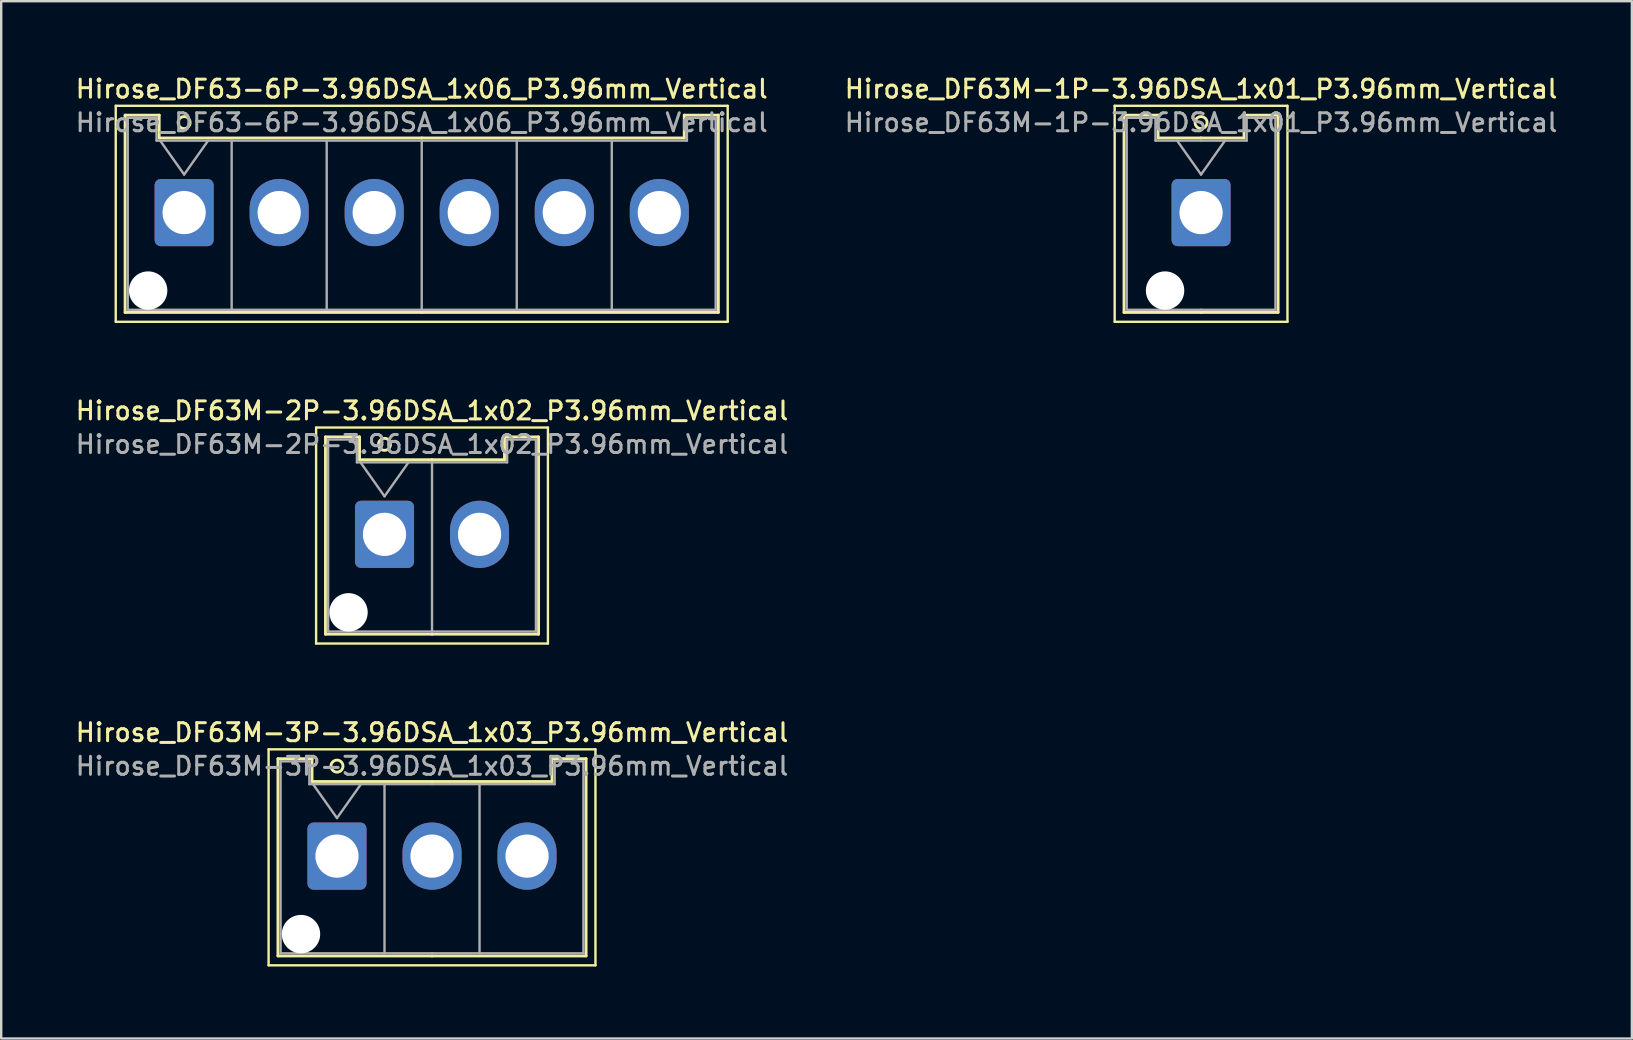
<source format=kicad_pcb>
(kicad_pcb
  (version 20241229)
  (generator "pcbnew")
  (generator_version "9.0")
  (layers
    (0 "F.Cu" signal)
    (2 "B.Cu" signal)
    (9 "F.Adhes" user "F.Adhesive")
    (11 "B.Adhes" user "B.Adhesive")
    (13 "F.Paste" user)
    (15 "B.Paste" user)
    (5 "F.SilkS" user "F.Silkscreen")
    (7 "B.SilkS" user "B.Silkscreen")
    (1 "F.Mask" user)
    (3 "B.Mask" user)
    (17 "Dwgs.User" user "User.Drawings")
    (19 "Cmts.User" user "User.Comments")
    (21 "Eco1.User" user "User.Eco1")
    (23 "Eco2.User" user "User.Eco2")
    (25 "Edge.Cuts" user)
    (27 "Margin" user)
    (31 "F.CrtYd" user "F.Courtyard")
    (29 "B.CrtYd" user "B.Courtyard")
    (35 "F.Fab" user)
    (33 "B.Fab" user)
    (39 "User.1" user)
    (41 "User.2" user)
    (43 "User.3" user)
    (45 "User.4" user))
  (footprint "Hirose_DF63M-3P-3.96DSA_1x03_P3.96mm_Vertical"
    (layer "F.Cu")
    (at 10.992 32.624)
    (property "Reference" "Hirose_DF63M-3P-3.96DSA_1x03_P3.96mm_Vertical" (at 3.96 -5.15 0) (layer "F.SilkS") (effects (font (size 0.75 0.75) (thickness 0.125))))
    (attr through_hole)
    (fp_line (start -2.85 -4.45) (end -2.85 4.55) (stroke (width 0.1) (type solid)) (layer "F.SilkS"))
    (fp_line (start -2.85 4.55) (end 10.77 4.55) (stroke (width 0.1) (type solid)) (layer "F.SilkS"))
    (fp_line (start -2.46 -4.06) (end -1.04 -4.06) (stroke (width 0.12) (type solid)) (layer "F.SilkS"))
    (fp_line (start -2.46 4.16) (end -2.46 -4.06) (stroke (width 0.12) (type solid)) (layer "F.SilkS"))
    (fp_line (start -1.04 -4.06) (end -1.04 -3.11) (stroke (width 0.12) (type solid)) (layer "F.SilkS"))
    (fp_line (start -1.04 -3.11) (end 3.96 -3.11) (stroke (width 0.12) (type solid)) (layer "F.SilkS"))
    (fp_line (start 3.96 4.16) (end -2.46 4.16) (stroke (width 0.12) (type solid)) (layer "F.SilkS"))
    (fp_line (start 3.96 4.16) (end 10.38 4.16) (stroke (width 0.12) (type solid)) (layer "F.SilkS"))
    (fp_line (start 8.96 -4.06) (end 8.96 -3.11) (stroke (width 0.12) (type solid)) (layer "F.SilkS"))
    (fp_line (start 8.96 -3.11) (end 3.96 -3.11) (stroke (width 0.12) (type solid)) (layer "F.SilkS"))
    (fp_line (start 10.38 -4.06) (end 8.96 -4.06) (stroke (width 0.12) (type solid)) (layer "F.SilkS"))
    (fp_line (start 10.38 4.16) (end 10.38 -4.06) (stroke (width 0.12) (type solid)) (layer "F.SilkS"))
    (fp_line (start 10.77 -4.45) (end -2.85 -4.45) (stroke (width 0.1) (type solid)) (layer "F.SilkS"))
    (fp_line (start 10.77 4.55) (end 10.77 -4.45) (stroke (width 0.1) (type solid)) (layer "F.SilkS"))
    (fp_circle (center 0 -3.75) (end 0.25 -3.75) (stroke (width 0.12) (type solid)) (fill no) (layer "F.SilkS"))
    (fp_line (start -2.35 -3.95) (end -1.15 -3.95) (stroke (width 0.1) (type solid)) (layer "F.Fab"))
    (fp_line (start -2.35 4.05) (end -2.35 -3.95) (stroke (width 0.1) (type solid)) (layer "F.Fab"))
    (fp_line (start -1.15 -3.95) (end -1.15 -3) (stroke (width 0.1) (type solid)) (layer "F.Fab"))
    (fp_line (start -1.15 -3) (end 3.96 -3) (stroke (width 0.1) (type solid)) (layer "F.Fab"))
    (fp_line (start -1 -3) (end 0 -1.586) (stroke (width 0.1) (type solid)) (layer "F.Fab"))
    (fp_line (start 0 -1.586) (end 1 -3) (stroke (width 0.1) (type solid)) (layer "F.Fab"))
    (fp_line (start 1.98 -3) (end 1.98 4.05) (stroke (width 0.1) (type solid)) (layer "F.Fab"))
    (fp_line (start 3.96 4.05) (end -2.35 4.05) (stroke (width 0.1) (type solid)) (layer "F.Fab"))
    (fp_line (start 3.96 4.05) (end 10.27 4.05) (stroke (width 0.1) (type solid)) (layer "F.Fab"))
    (fp_line (start 5.94 -3) (end 5.94 4.05) (stroke (width 0.1) (type solid)) (layer "F.Fab"))
    (fp_line (start 9.07 -3.95) (end 9.07 -3) (stroke (width 0.1) (type solid)) (layer "F.Fab"))
    (fp_line (start 9.07 -3) (end 3.96 -3) (stroke (width 0.1) (type solid)) (layer "F.Fab"))
    (fp_line (start 10.27 -3.95) (end 9.07 -3.95) (stroke (width 0.1) (type solid)) (layer "F.Fab"))
    (fp_line (start 10.27 4.05) (end 10.27 -3.95) (stroke (width 0.1) (type solid)) (layer "F.Fab"))
    (fp_text user "${REFERENCE}" (at 3.96 -3.75 0) (layer "F.Fab") (effects (font (size 0.75 0.75) (thickness 0.125))))
    (pad "" np_thru_hole circle (at -1.5 3.25) (size 1.6 1.6) (drill 1.6) (layers "*.Cu" "*.Mask"))
    (pad "1" thru_hole roundrect (at 0 0) (size 2.46 2.8) (drill 1.8) (layers "*.Cu" "*.Mask") (roundrect_rratio 0.102))
    (pad "2" thru_hole oval (at 3.96 0) (size 2.46 2.8) (drill 1.8) (layers "*.Cu" "*.Mask"))
    (pad "3" thru_hole oval (at 7.92 0) (size 2.46 2.8) (drill 1.8) (layers "*.Cu" "*.Mask")))
  (footprint "Hirose_DF63M-1P-3.96DSA_1x01_P3.96mm_Vertical"
    (layer "F.Cu")
    (at 46.998 5.808)
    (property "Reference" "Hirose_DF63M-1P-3.96DSA_1x01_P3.96mm_Vertical" (at 0 -5.15 0) (layer "F.SilkS") (effects (font (size 0.75 0.75) (thickness 0.125))))
    (attr through_hole)
    (fp_line (start -3.6 -4.45) (end -3.6 4.55) (stroke (width 0.1) (type solid)) (layer "F.SilkS"))
    (fp_line (start -3.6 4.55) (end 3.6 4.55) (stroke (width 0.1) (type solid)) (layer "F.SilkS"))
    (fp_line (start -3.21 -4.06) (end -1.79 -4.06) (stroke (width 0.12) (type solid)) (layer "F.SilkS"))
    (fp_line (start -3.21 4.16) (end -3.21 -4.06) (stroke (width 0.12) (type solid)) (layer "F.SilkS"))
    (fp_line (start -1.79 -4.06) (end -1.79 -3.11) (stroke (width 0.12) (type solid)) (layer "F.SilkS"))
    (fp_line (start -1.79 -3.11) (end 0 -3.11) (stroke (width 0.12) (type solid)) (layer "F.SilkS"))
    (fp_line (start 0 4.16) (end -3.21 4.16) (stroke (width 0.12) (type solid)) (layer "F.SilkS"))
    (fp_line (start 0 4.16) (end 3.21 4.16) (stroke (width 0.12) (type solid)) (layer "F.SilkS"))
    (fp_line (start 1.79 -4.06) (end 1.79 -3.11) (stroke (width 0.12) (type solid)) (layer "F.SilkS"))
    (fp_line (start 1.79 -3.11) (end 0 -3.11) (stroke (width 0.12) (type solid)) (layer "F.SilkS"))
    (fp_line (start 3.21 -4.06) (end 1.79 -4.06) (stroke (width 0.12) (type solid)) (layer "F.SilkS"))
    (fp_line (start 3.21 4.16) (end 3.21 -4.06) (stroke (width 0.12) (type solid)) (layer "F.SilkS"))
    (fp_line (start 3.6 -4.45) (end -3.6 -4.45) (stroke (width 0.1) (type solid)) (layer "F.SilkS"))
    (fp_line (start 3.6 4.55) (end 3.6 -4.45) (stroke (width 0.1) (type solid)) (layer "F.SilkS"))
    (fp_circle (center 0 -3.75) (end 0.25 -3.75) (stroke (width 0.12) (type solid)) (fill no) (layer "F.SilkS"))
    (fp_line (start -3.1 -3.95) (end -1.9 -3.95) (stroke (width 0.1) (type solid)) (layer "F.Fab"))
    (fp_line (start -3.1 4.05) (end -3.1 -3.95) (stroke (width 0.1) (type solid)) (layer "F.Fab"))
    (fp_line (start -1.9 -3.95) (end -1.9 -3) (stroke (width 0.1) (type solid)) (layer "F.Fab"))
    (fp_line (start -1.9 -3) (end 0 -3) (stroke (width 0.1) (type solid)) (layer "F.Fab"))
    (fp_line (start -1 -3) (end 0 -1.586) (stroke (width 0.1) (type solid)) (layer "F.Fab"))
    (fp_line (start 0 -1.586) (end 1 -3) (stroke (width 0.1) (type solid)) (layer "F.Fab"))
    (fp_line (start 0 4.05) (end -3.1 4.05) (stroke (width 0.1) (type solid)) (layer "F.Fab"))
    (fp_line (start 0 4.05) (end 3.1 4.05) (stroke (width 0.1) (type solid)) (layer "F.Fab"))
    (fp_line (start 1.9 -3.95) (end 1.9 -3) (stroke (width 0.1) (type solid)) (layer "F.Fab"))
    (fp_line (start 1.9 -3) (end 0 -3) (stroke (width 0.1) (type solid)) (layer "F.Fab"))
    (fp_line (start 3.1 -3.95) (end 1.9 -3.95) (stroke (width 0.1) (type solid)) (layer "F.Fab"))
    (fp_line (start 3.1 4.05) (end 3.1 -3.95) (stroke (width 0.1) (type solid)) (layer "F.Fab"))
    (fp_text user "${REFERENCE}" (at 0 -3.75 0) (layer "F.Fab") (effects (font (size 0.75 0.75) (thickness 0.125))))
    (pad "" np_thru_hole circle (at -1.5 3.25) (size 1.6 1.6) (drill 1.6) (layers "*.Cu" "*.Mask"))
    (pad "1" thru_hole roundrect (at 0 0) (size 2.46 2.8) (drill 1.8) (layers "*.Cu" "*.Mask") (roundrect_rratio 0.102)))
  (footprint "Hirose_DF63-6P-3.96DSA_1x06_P3.96mm_Vertical"
    (layer "F.Cu")
    (at 4.623 5.808)
    (property "Reference" "Hirose_DF63-6P-3.96DSA_1x06_P3.96mm_Vertical" (at 9.9 -5.15 0) (layer "F.SilkS") (effects (font (size 0.75 0.75) (thickness 0.125))))
    (attr through_hole)
    (fp_line (start -2.85 -4.45) (end -2.85 4.55) (stroke (width 0.1) (type solid)) (layer "F.SilkS"))
    (fp_line (start -2.85 4.55) (end 22.65 4.55) (stroke (width 0.1) (type solid)) (layer "F.SilkS"))
    (fp_line (start -2.46 -4.06) (end -1.04 -4.06) (stroke (width 0.12) (type solid)) (layer "F.SilkS"))
    (fp_line (start -2.46 4.16) (end -2.46 -4.06) (stroke (width 0.12) (type solid)) (layer "F.SilkS"))
    (fp_line (start -1.04 -4.06) (end -1.04 -3.11) (stroke (width 0.12) (type solid)) (layer "F.SilkS"))
    (fp_line (start -1.04 -3.11) (end 9.9 -3.11) (stroke (width 0.12) (type solid)) (layer "F.SilkS"))
    (fp_line (start 9.9 4.16) (end -2.46 4.16) (stroke (width 0.12) (type solid)) (layer "F.SilkS"))
    (fp_line (start 9.9 4.16) (end 22.26 4.16) (stroke (width 0.12) (type solid)) (layer "F.SilkS"))
    (fp_line (start 20.84 -4.06) (end 20.84 -3.11) (stroke (width 0.12) (type solid)) (layer "F.SilkS"))
    (fp_line (start 20.84 -3.11) (end 9.9 -3.11) (stroke (width 0.12) (type solid)) (layer "F.SilkS"))
    (fp_line (start 22.26 -4.06) (end 20.84 -4.06) (stroke (width 0.12) (type solid)) (layer "F.SilkS"))
    (fp_line (start 22.26 4.16) (end 22.26 -4.06) (stroke (width 0.12) (type solid)) (layer "F.SilkS"))
    (fp_line (start 22.65 -4.45) (end -2.85 -4.45) (stroke (width 0.1) (type solid)) (layer "F.SilkS"))
    (fp_line (start 22.65 4.55) (end 22.65 -4.45) (stroke (width 0.1) (type solid)) (layer "F.SilkS"))
    (fp_circle (center 0 -3.75) (end 0.25 -3.75) (stroke (width 0.12) (type solid)) (fill no) (layer "F.SilkS"))
    (fp_line (start -2.35 -3.95) (end -1.15 -3.95) (stroke (width 0.1) (type solid)) (layer "F.Fab"))
    (fp_line (start -2.35 4.05) (end -2.35 -3.95) (stroke (width 0.1) (type solid)) (layer "F.Fab"))
    (fp_line (start -1.15 -3.95) (end -1.15 -3) (stroke (width 0.1) (type solid)) (layer "F.Fab"))
    (fp_line (start -1.15 -3) (end 9.9 -3) (stroke (width 0.1) (type solid)) (layer "F.Fab"))
    (fp_line (start -1 -3) (end 0 -1.586) (stroke (width 0.1) (type solid)) (layer "F.Fab"))
    (fp_line (start 0 -1.586) (end 1 -3) (stroke (width 0.1) (type solid)) (layer "F.Fab"))
    (fp_line (start 1.98 -3) (end 1.98 4.05) (stroke (width 0.1) (type solid)) (layer "F.Fab"))
    (fp_line (start 5.94 -3) (end 5.94 4.05) (stroke (width 0.1) (type solid)) (layer "F.Fab"))
    (fp_line (start 9.9 -3) (end 9.9 4.05) (stroke (width 0.1) (type solid)) (layer "F.Fab"))
    (fp_line (start 9.9 4.05) (end -2.35 4.05) (stroke (width 0.1) (type solid)) (layer "F.Fab"))
    (fp_line (start 9.9 4.05) (end 22.15 4.05) (stroke (width 0.1) (type solid)) (layer "F.Fab"))
    (fp_line (start 13.86 -3) (end 13.86 4.05) (stroke (width 0.1) (type solid)) (layer "F.Fab"))
    (fp_line (start 17.82 -3) (end 17.82 4.05) (stroke (width 0.1) (type solid)) (layer "F.Fab"))
    (fp_line (start 20.95 -3.95) (end 20.95 -3) (stroke (width 0.1) (type solid)) (layer "F.Fab"))
    (fp_line (start 20.95 -3) (end 9.9 -3) (stroke (width 0.1) (type solid)) (layer "F.Fab"))
    (fp_line (start 22.15 -3.95) (end 20.95 -3.95) (stroke (width 0.1) (type solid)) (layer "F.Fab"))
    (fp_line (start 22.15 4.05) (end 22.15 -3.95) (stroke (width 0.1) (type solid)) (layer "F.Fab"))
    (fp_text user "${REFERENCE}" (at 9.9 -3.75 0) (layer "F.Fab") (effects (font (size 0.75 0.75) (thickness 0.125))))
    (pad "" np_thru_hole circle (at -1.5 3.25) (size 1.6 1.6) (drill 1.6) (layers "*.Cu" "*.Mask"))
    (pad "1" thru_hole roundrect (at 0 0) (size 2.46 2.8) (drill 1.8) (layers "*.Cu" "*.Mask") (roundrect_rratio 0.102))
    (pad "2" thru_hole oval (at 3.96 0) (size 2.46 2.8) (drill 1.8) (layers "*.Cu" "*.Mask"))
    (pad "3" thru_hole oval (at 7.92 0) (size 2.46 2.8) (drill 1.8) (layers "*.Cu" "*.Mask"))
    (pad "4" thru_hole oval (at 11.88 0) (size 2.46 2.8) (drill 1.8) (layers "*.Cu" "*.Mask"))
    (pad "5" thru_hole oval (at 15.84 0) (size 2.46 2.8) (drill 1.8) (layers "*.Cu" "*.Mask"))
    (pad "6" thru_hole oval (at 19.8 0) (size 2.46 2.8) (drill 1.8) (layers "*.Cu" "*.Mask")))
  (footprint "Hirose_DF63M-2P-3.96DSA_1x02_P3.96mm_Vertical"
    (layer "F.Cu")
    (at 12.972 19.216)
    (property "Reference" "Hirose_DF63M-2P-3.96DSA_1x02_P3.96mm_Vertical" (at 1.98 -5.15 0) (layer "F.SilkS") (effects (font (size 0.75 0.75) (thickness 0.125))))
    (attr through_hole)
    (fp_line (start -2.85 -4.45) (end -2.85 4.55) (stroke (width 0.1) (type solid)) (layer "F.SilkS"))
    (fp_line (start -2.85 4.55) (end 6.81 4.55) (stroke (width 0.1) (type solid)) (layer "F.SilkS"))
    (fp_line (start -2.46 -4.06) (end -1.04 -4.06) (stroke (width 0.12) (type solid)) (layer "F.SilkS"))
    (fp_line (start -2.46 4.16) (end -2.46 -4.06) (stroke (width 0.12) (type solid)) (layer "F.SilkS"))
    (fp_line (start -1.04 -4.06) (end -1.04 -3.11) (stroke (width 0.12) (type solid)) (layer "F.SilkS"))
    (fp_line (start -1.04 -3.11) (end 1.98 -3.11) (stroke (width 0.12) (type solid)) (layer "F.SilkS"))
    (fp_line (start 1.98 4.16) (end -2.46 4.16) (stroke (width 0.12) (type solid)) (layer "F.SilkS"))
    (fp_line (start 1.98 4.16) (end 6.42 4.16) (stroke (width 0.12) (type solid)) (layer "F.SilkS"))
    (fp_line (start 5 -4.06) (end 5 -3.11) (stroke (width 0.12) (type solid)) (layer "F.SilkS"))
    (fp_line (start 5 -3.11) (end 1.98 -3.11) (stroke (width 0.12) (type solid)) (layer "F.SilkS"))
    (fp_line (start 6.42 -4.06) (end 5 -4.06) (stroke (width 0.12) (type solid)) (layer "F.SilkS"))
    (fp_line (start 6.42 4.16) (end 6.42 -4.06) (stroke (width 0.12) (type solid)) (layer "F.SilkS"))
    (fp_line (start 6.81 -4.45) (end -2.85 -4.45) (stroke (width 0.1) (type solid)) (layer "F.SilkS"))
    (fp_line (start 6.81 4.55) (end 6.81 -4.45) (stroke (width 0.1) (type solid)) (layer "F.SilkS"))
    (fp_circle (center 0 -3.75) (end 0.25 -3.75) (stroke (width 0.12) (type solid)) (fill no) (layer "F.SilkS"))
    (fp_line (start -2.35 -3.95) (end -1.15 -3.95) (stroke (width 0.1) (type solid)) (layer "F.Fab"))
    (fp_line (start -2.35 4.05) (end -2.35 -3.95) (stroke (width 0.1) (type solid)) (layer "F.Fab"))
    (fp_line (start -1.15 -3.95) (end -1.15 -3) (stroke (width 0.1) (type solid)) (layer "F.Fab"))
    (fp_line (start -1.15 -3) (end 1.98 -3) (stroke (width 0.1) (type solid)) (layer "F.Fab"))
    (fp_line (start -1 -3) (end 0 -1.586) (stroke (width 0.1) (type solid)) (layer "F.Fab"))
    (fp_line (start 0 -1.586) (end 1 -3) (stroke (width 0.1) (type solid)) (layer "F.Fab"))
    (fp_line (start 1.98 -3) (end 1.98 4.05) (stroke (width 0.1) (type solid)) (layer "F.Fab"))
    (fp_line (start 1.98 4.05) (end -2.35 4.05) (stroke (width 0.1) (type solid)) (layer "F.Fab"))
    (fp_line (start 1.98 4.05) (end 6.31 4.05) (stroke (width 0.1) (type solid)) (layer "F.Fab"))
    (fp_line (start 5.11 -3.95) (end 5.11 -3) (stroke (width 0.1) (type solid)) (layer "F.Fab"))
    (fp_line (start 5.11 -3) (end 1.98 -3) (stroke (width 0.1) (type solid)) (layer "F.Fab"))
    (fp_line (start 6.31 -3.95) (end 5.11 -3.95) (stroke (width 0.1) (type solid)) (layer "F.Fab"))
    (fp_line (start 6.31 4.05) (end 6.31 -3.95) (stroke (width 0.1) (type solid)) (layer "F.Fab"))
    (fp_text user "${REFERENCE}" (at 1.98 -3.75 0) (layer "F.Fab") (effects (font (size 0.75 0.75) (thickness 0.125))))
    (pad "" np_thru_hole circle (at -1.5 3.25) (size 1.6 1.6) (drill 1.6) (layers "*.Cu" "*.Mask"))
    (pad "1" thru_hole roundrect (at 0 0) (size 2.46 2.8) (drill 1.8) (layers "*.Cu" "*.Mask") (roundrect_rratio 0.102))
    (pad "2" thru_hole oval (at 3.96 0) (size 2.46 2.8) (drill 1.8) (layers "*.Cu" "*.Mask")))
  (gr_rect
    (start -3 -3)
    (end 64.95 40.224)
    (stroke (width 0.1) (type default))
    (fill no)
    (layer "Edge.Cuts")))
</source>
